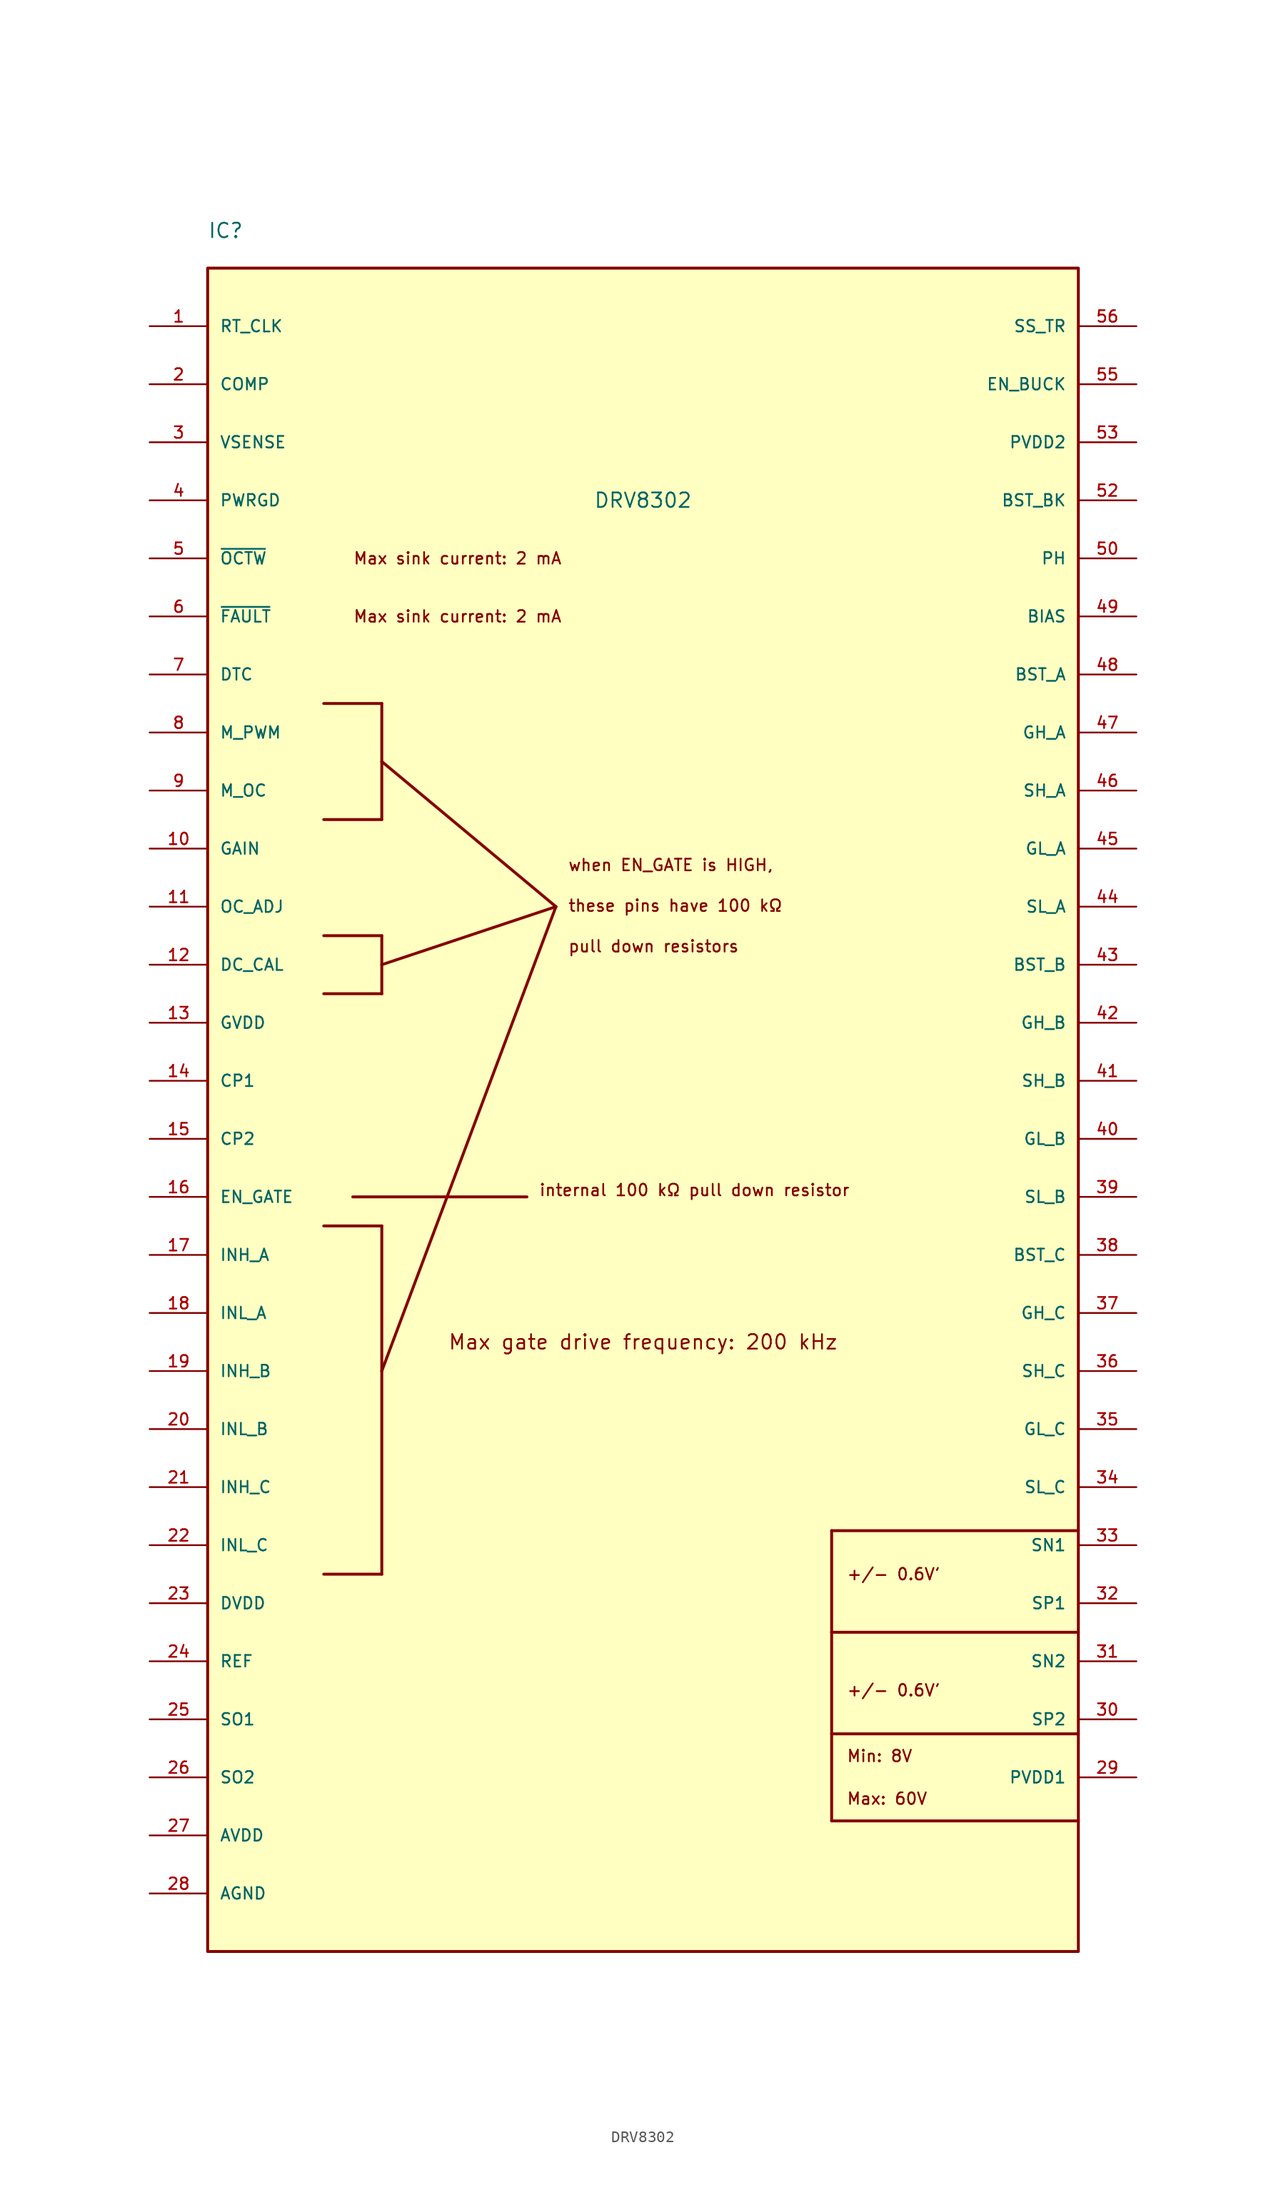
<source format=kicad_sym>
(kicad_symbol_lib
  (version 20211014)
  (generator kicad_symbol_editor)
  (symbol "DRV8302"
    (pin_names
      (offset 1.016))
    (property "Reference" "IC"
      (at -38.1 76.2 0)
      (effects (font (size 1.27 1.27)) (justify bottom left)))
    (property "Value" "DRV8302"
      (at 0.0 53.34 0)
      (effects (font (size 1.27 1.27))))
    (symbol "DRV8302_0_0"
      (polyline (pts (xy 16.51 -54.61) (xy 16.51 -62.23)) (stroke (width 0.254)))
      (polyline (pts (xy 16.51 -62.23) (xy 38.1 -62.23)) (stroke (width 0.254)))
      (polyline (pts (xy 16.51 -54.61) (xy 38.1 -54.61)) (stroke (width 0.254)))
      (polyline (pts (xy 16.51 -36.83) (xy 38.1 -36.83)) (stroke (width 0.254)))
      (polyline (pts (xy 16.51 -36.83) (xy 16.51 -45.72)) (stroke (width 0.254)))
      (polyline (pts (xy 16.51 -45.72) (xy 16.51 -54.61)) (stroke (width 0.254)))
      (polyline (pts (xy 16.51 -45.72) (xy 38.1 -45.72)) (stroke (width 0.254)))
      (polyline (pts (xy -27.94 -10.16) (xy -22.86 -10.16)) (stroke (width 0.254)))
      (polyline (pts (xy -22.86 -10.16) (xy -22.86 -22.86)) (stroke (width 0.254)))
      (polyline (pts (xy -22.86 -22.86) (xy -22.86 -40.64)) (stroke (width 0.254)))
      (polyline (pts (xy -22.86 -40.64) (xy -27.94 -40.64)) (stroke (width 0.254)))
      (polyline (pts (xy -27.94 35.56) (xy -22.86 35.56)) (stroke (width 0.254)))
      (polyline (pts (xy -22.86 35.56) (xy -22.86 30.48)) (stroke (width 0.254)))
      (polyline (pts (xy -22.86 30.48) (xy -22.86 25.4)) (stroke (width 0.254)))
      (polyline (pts (xy -22.86 25.4) (xy -27.94 25.4)) (stroke (width 0.254)))
      (polyline (pts (xy -27.94 15.24) (xy -22.86 15.24)) (stroke (width 0.254)))
      (polyline (pts (xy -22.86 15.24) (xy -22.86 12.7)) (stroke (width 0.254)))
      (polyline (pts (xy -22.86 12.7) (xy -22.86 10.16)) (stroke (width 0.254)))
      (polyline (pts (xy -22.86 10.16) (xy -27.94 10.16)) (stroke (width 0.254)))
      (polyline (pts (xy -22.86 -22.86) (xy -7.62 17.78)) (stroke (width 0.254)))
      (polyline (pts (xy -7.62 17.78) (xy -22.86 12.7)) (stroke (width 0.254)))
      (polyline (pts (xy -7.62 17.78) (xy -22.86 30.48)) (stroke (width 0.254)))
      (text "Min: 8V" (at 17.78 -57.15 0) (effects (font (size 1.016 1.016)) (justify bottom left)))
      (text "Max: 60V" (at 17.78 -59.69 0) (effects (font (size 1.016 1.016)) (justify top left)))
      (text "+/- 0.6V'" (at 17.78 -50.8 0) (effects (font (size 1.016 1.016)) (justify left)))
      (text "+/- 0.6V'" (at 17.78 -40.64 0) (effects (font (size 1.016 1.016)) (justify left)))
      (text "Max sink current: 2 mA" (at -25.4 43.18 0) (effects (font (size 1.016 1.016)) (justify left)))
      (text "Max sink current: 2 mA" (at -25.4 48.26 0) (effects (font (size 1.016 1.016)) (justify left)))
      (text "Max gate drive frequency: 200 kHz" (at 0.0 -20.32 0) (effects (font (size 1.27 1.27))))
      (text "when EN_GATE is HIGH," (at -6.604 20.828 0) (effects (font (size 1.016 1.016)) (justify bottom left)))
      (text "these pins have 100 kΩ" (at -6.604 17.272 0) (effects (font (size 1.016 1.016)) (justify bottom left)))
      (text "pull down resistors" (at -6.604 13.716 0) (effects (font (size 1.016 1.016)) (justify bottom left)))
      (polyline (pts (xy -10.16 -7.62) (xy -25.4 -7.62)) (stroke (width 0.254)))
      (text "internal 100 kΩ pull down resistor" (at -9.144 -7.62 0) (effects (font (size 1.016 1.016)) (justify bottom left)))
      (rectangle (start -38.1 -73.66) (end 38.1 73.66) (stroke (width 0.254)) (fill (type background)))
      (pin open_collector line (at -43.18 43.18 0) (length 5.08) (name "~{FAULT}" (effects (font (size 1.016 1.016)))) (number "6" (effects (font (size 1.016 1.016)))))
      (pin open_collector line (at -43.18 48.26 0) (length 5.08) (name "~{OCTW}" (effects (font (size 1.016 1.016)))) (number "5" (effects (font (size 1.016 1.016)))))
      (pin power_in line (at -43.18 -68.58 0) (length 5.08) (name "AGND" (effects (font (size 1.016 1.016)))) (number "28" (effects (font (size 1.016 1.016)))))
      (pin power_in line (at -43.18 -68.58 0) (length 5.08) hide (name "AGND" (effects (font (size 1.016 1.016)))) (number "57" (effects (font (size 1.016 1.016)))))
      (pin power_in line (at -43.18 -68.58 0) (length 5.08) hide (name "AGND" (effects (font (size 1.016 1.016)))) (number "58" (effects (font (size 1.016 1.016)))))
      (pin power_in line (at -43.18 -68.58 0) (length 5.08) hide (name "AGND" (effects (font (size 1.016 1.016)))) (number "59" (effects (font (size 1.016 1.016)))))
      (pin power_in line (at -43.18 -63.5 0) (length 5.08) (name "AVDD" (effects (font (size 1.016 1.016)))) (number "27" (effects (font (size 1.016 1.016)))))
      (pin input line (at 43.18 43.18 180.0) (length 5.08) (name "BIAS" (effects (font (size 1.016 1.016)))) (number "49" (effects (font (size 1.016 1.016)))))
      (pin power_in line (at 43.18 38.1 180.0) (length 5.08) (name "BST_A" (effects (font (size 1.016 1.016)))) (number "48" (effects (font (size 1.016 1.016)))))
      (pin power_in line (at 43.18 12.7 180.0) (length 5.08) (name "BST_B" (effects (font (size 1.016 1.016)))) (number "43" (effects (font (size 1.016 1.016)))))
      (pin power_in line (at 43.18 53.34 180.0) (length 5.08) (name "BST_BK" (effects (font (size 1.016 1.016)))) (number "52" (effects (font (size 1.016 1.016)))))
      (pin power_in line (at 43.18 -12.7 180.0) (length 5.08) (name "BST_C" (effects (font (size 1.016 1.016)))) (number "38" (effects (font (size 1.016 1.016)))))
      (pin output line (at -43.18 63.5 0) (length 5.08) (name "COMP" (effects (font (size 1.016 1.016)))) (number "2" (effects (font (size 1.016 1.016)))))
      (pin power_in line (at -43.18 2.54 0) (length 5.08) (name "CP1" (effects (font (size 1.016 1.016)))) (number "14" (effects (font (size 1.016 1.016)))))
      (pin power_in line (at -43.18 -2.54 0) (length 5.08) (name "CP2" (effects (font (size 1.016 1.016)))) (number "15" (effects (font (size 1.016 1.016)))))
      (pin input line (at -43.18 12.7 0) (length 5.08) (name "DC_CAL" (effects (font (size 1.016 1.016)))) (number "12" (effects (font (size 1.016 1.016)))))
      (pin input line (at -43.18 38.1 0) (length 5.08) (name "DTC" (effects (font (size 1.016 1.016)))) (number "7" (effects (font (size 1.016 1.016)))))
      (pin power_in line (at -43.18 -43.18 0) (length 5.08) (name "DVDD" (effects (font (size 1.016 1.016)))) (number "23" (effects (font (size 1.016 1.016)))))
      (pin input line (at 43.18 63.5 180.0) (length 5.08) (name "EN_BUCK" (effects (font (size 1.016 1.016)))) (number "55" (effects (font (size 1.016 1.016)))))
      (pin input line (at -43.18 -7.62 0) (length 5.08) (name "EN_GATE" (effects (font (size 1.016 1.016)))) (number "16" (effects (font (size 1.016 1.016)))))
      (pin output line (at -43.18 22.86 0) (length 5.08) (name "GAIN" (effects (font (size 1.016 1.016)))) (number "10" (effects (font (size 1.016 1.016)))))
      (pin output line (at 43.18 33.02 180.0) (length 5.08) (name "GH_A" (effects (font (size 1.016 1.016)))) (number "47" (effects (font (size 1.016 1.016)))))
      (pin output line (at 43.18 7.62 180.0) (length 5.08) (name "GH_B" (effects (font (size 1.016 1.016)))) (number "42" (effects (font (size 1.016 1.016)))))
      (pin output line (at 43.18 -17.78 180.0) (length 5.08) (name "GH_C" (effects (font (size 1.016 1.016)))) (number "37" (effects (font (size 1.016 1.016)))))
      (pin output line (at 43.18 22.86 180.0) (length 5.08) (name "GL_A" (effects (font (size 1.016 1.016)))) (number "45" (effects (font (size 1.016 1.016)))))
      (pin output line (at 43.18 -2.54 180.0) (length 5.08) (name "GL_B" (effects (font (size 1.016 1.016)))) (number "40" (effects (font (size 1.016 1.016)))))
      (pin output line (at 43.18 -27.94 180.0) (length 5.08) (name "GL_C" (effects (font (size 1.016 1.016)))) (number "35" (effects (font (size 1.016 1.016)))))
      (pin power_in line (at -43.18 7.62 0) (length 5.08) (name "GVDD" (effects (font (size 1.016 1.016)))) (number "13" (effects (font (size 1.016 1.016)))))
      (pin input line (at -43.18 -12.7 0) (length 5.08) (name "INH_A" (effects (font (size 1.016 1.016)))) (number "17" (effects (font (size 1.016 1.016)))))
      (pin input line (at -43.18 -22.86 0) (length 5.08) (name "INH_B" (effects (font (size 1.016 1.016)))) (number "19" (effects (font (size 1.016 1.016)))))
      (pin input line (at -43.18 -33.02 0) (length 5.08) (name "INH_C" (effects (font (size 1.016 1.016)))) (number "21" (effects (font (size 1.016 1.016)))))
      (pin input line (at -43.18 -17.78 0) (length 5.08) (name "INL_A" (effects (font (size 1.016 1.016)))) (number "18" (effects (font (size 1.016 1.016)))))
      (pin input line (at -43.18 -27.94 0) (length 5.08) (name "INL_B" (effects (font (size 1.016 1.016)))) (number "20" (effects (font (size 1.016 1.016)))))
      (pin input line (at -43.18 -38.1 0) (length 5.08) (name "INL_C" (effects (font (size 1.016 1.016)))) (number "22" (effects (font (size 1.016 1.016)))))
      (pin input line (at -43.18 27.94 0) (length 5.08) (name "M_OC" (effects (font (size 1.016 1.016)))) (number "9" (effects (font (size 1.016 1.016)))))
      (pin input line (at -43.18 33.02 0) (length 5.08) (name "M_PWM" (effects (font (size 1.016 1.016)))) (number "8" (effects (font (size 1.016 1.016)))))
      (pin input line (at -43.18 17.78 0) (length 5.08) (name "OC_ADJ" (effects (font (size 1.016 1.016)))) (number "11" (effects (font (size 1.016 1.016)))))
      (pin output line (at 43.18 48.26 180.0) (length 5.08) (name "PH" (effects (font (size 1.016 1.016)))) (number "50" (effects (font (size 1.016 1.016)))))
      (pin output line (at 43.18 48.26 180.0) (length 5.08) hide (name "PH" (effects (font (size 1.016 1.016)))) (number "51" (effects (font (size 1.016 1.016)))))
      (pin power_in line (at 43.18 -58.42 180.0) (length 5.08) (name "PVDD1" (effects (font (size 1.016 1.016)))) (number "29" (effects (font (size 1.016 1.016)))))
      (pin bidirectional line (at 43.18 58.42 180.0) (length 5.08) (name "PVDD2" (effects (font (size 1.016 1.016)))) (number "53" (effects (font (size 1.016 1.016)))))
      (pin bidirectional line (at 43.18 58.42 180.0) (length 5.08) hide (name "PVDD2" (effects (font (size 1.016 1.016)))) (number "54" (effects (font (size 1.016 1.016)))))
      (pin input line (at -43.18 53.34 0) (length 5.08) (name "PWRGD" (effects (font (size 1.016 1.016)))) (number "4" (effects (font (size 1.016 1.016)))))
      (pin input line (at -43.18 -48.26 0) (length 5.08) (name "REF" (effects (font (size 1.016 1.016)))) (number "24" (effects (font (size 1.016 1.016)))))
      (pin input line (at -43.18 68.58 0) (length 5.08) (name "RT_CLK" (effects (font (size 1.016 1.016)))) (number "1" (effects (font (size 1.016 1.016)))))
      (pin input line (at 43.18 27.94 180.0) (length 5.08) (name "SH_A" (effects (font (size 1.016 1.016)))) (number "46" (effects (font (size 1.016 1.016)))))
      (pin input line (at 43.18 2.54 180.0) (length 5.08) (name "SH_B" (effects (font (size 1.016 1.016)))) (number "41" (effects (font (size 1.016 1.016)))))
      (pin input line (at 43.18 -22.86 180.0) (length 5.08) (name "SH_C" (effects (font (size 1.016 1.016)))) (number "36" (effects (font (size 1.016 1.016)))))
      (pin input line (at 43.18 17.78 180.0) (length 5.08) (name "SL_A" (effects (font (size 1.016 1.016)))) (number "44" (effects (font (size 1.016 1.016)))))
      (pin input line (at 43.18 -7.62 180.0) (length 5.08) (name "SL_B" (effects (font (size 1.016 1.016)))) (number "39" (effects (font (size 1.016 1.016)))))
      (pin input line (at 43.18 -33.02 180.0) (length 5.08) (name "SL_C" (effects (font (size 1.016 1.016)))) (number "34" (effects (font (size 1.016 1.016)))))
      (pin input line (at 43.18 -38.1 180.0) (length 5.08) (name "SN1" (effects (font (size 1.016 1.016)))) (number "33" (effects (font (size 1.016 1.016)))))
      (pin input line (at 43.18 -48.26 180.0) (length 5.08) (name "SN2" (effects (font (size 1.016 1.016)))) (number "31" (effects (font (size 1.016 1.016)))))
      (pin output line (at -43.18 -53.34 0) (length 5.08) (name "SO1" (effects (font (size 1.016 1.016)))) (number "25" (effects (font (size 1.016 1.016)))))
      (pin output line (at -43.18 -58.42 0) (length 5.08) (name "SO2" (effects (font (size 1.016 1.016)))) (number "26" (effects (font (size 1.016 1.016)))))
      (pin input line (at 43.18 -43.18 180.0) (length 5.08) (name "SP1" (effects (font (size 1.016 1.016)))) (number "32" (effects (font (size 1.016 1.016)))))
      (pin input line (at 43.18 -53.34 180.0) (length 5.08) (name "SP2" (effects (font (size 1.016 1.016)))) (number "30" (effects (font (size 1.016 1.016)))))
      (pin input line (at 43.18 68.58 180.0) (length 5.08) (name "SS_TR" (effects (font (size 1.016 1.016)))) (number "56" (effects (font (size 1.016 1.016)))))
      (pin input line (at -43.18 58.42 0) (length 5.08) (name "VSENSE" (effects (font (size 1.016 1.016)))) (number "3" (effects (font (size 1.016 1.016))))))))
</source>
